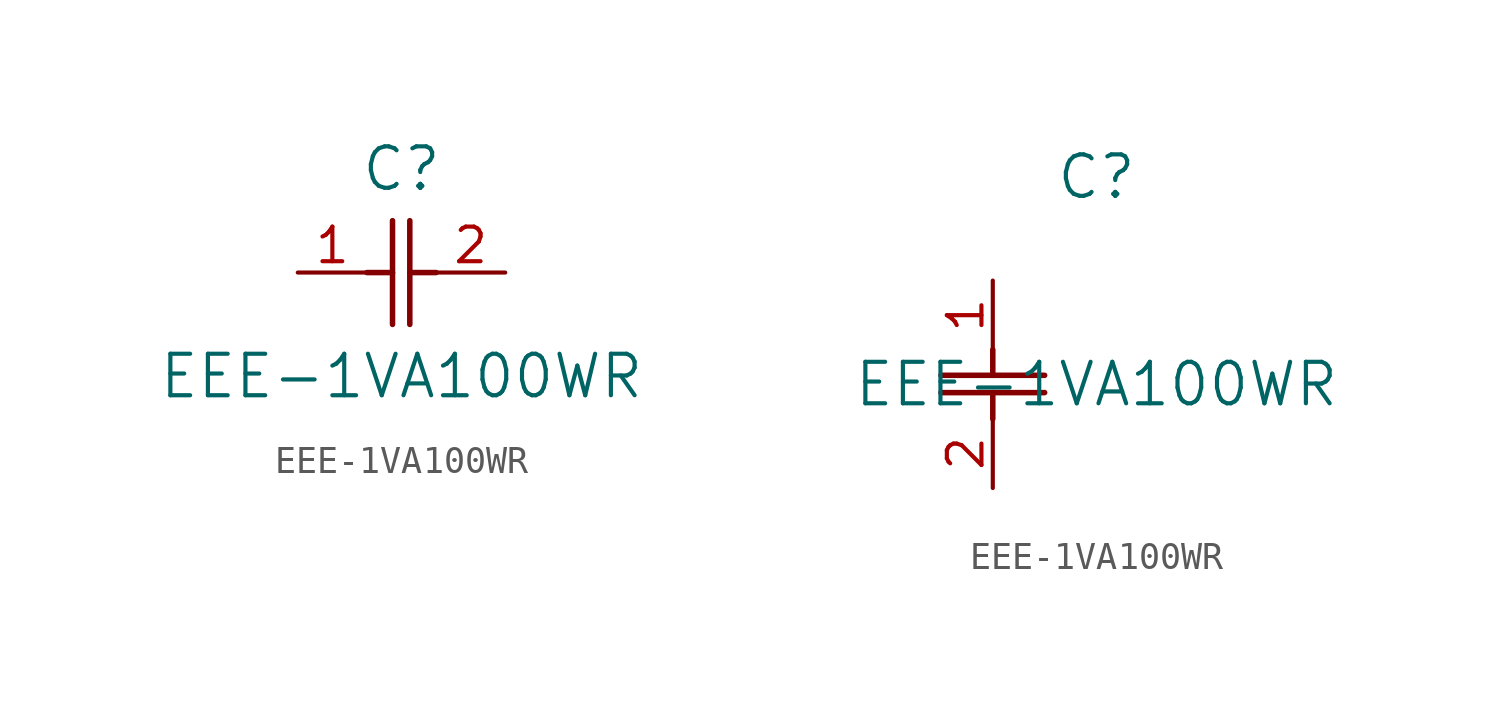
<source format=kicad_sym>
(kicad_symbol_lib
  (version 20211014)
  (generator kicad_symbol_editor)
  (symbol "EEE-1VA100WR"
    (pin_names
      (offset 0.254))
    (property "Reference" "C"
      (at 3.81 3.81 0)
      (effects (font (size 1.524 1.524))))
    (property "Value" "EEE-1VA100WR"
      (at 3.81 -3.81 0)
      (effects (font (size 1.524 1.524))))
    (symbol "EEE-1VA100WR_1_1"
      (polyline (pts (xy 3.48 -1.905) (xy 3.48 1.905)) (stroke (width 0.203) (type default) (color 0 0 0 0)) (fill (type none)))
      (polyline (pts (xy 4.115 -1.905) (xy 4.115 1.905)) (stroke (width 0.203) (type default) (color 0 0 0 0)) (fill (type none)))
      (polyline (pts (xy 4.115 0) (xy 5.08 0)) (stroke (width 0.203) (type default) (color 0 0 0 0)) (fill (type none)))
      (polyline (pts (xy 2.54 0) (xy 3.48 0)) (stroke (width 0.203) (type default) (color 0 0 0 0)) (fill (type none)))
      (pin unspecified line (at 0 0 0) (length 2.54) (name "" (effects (font (size 1.27 1.27)))) (number "1" (effects (font (size 1.27 1.27)))))
      (pin unspecified line (at 7.62 0 180) (length 2.54) (name "" (effects (font (size 1.27 1.27)))) (number "2" (effects (font (size 1.27 1.27))))))
    (symbol "EEE-1VA100WR_1_2"
      (polyline (pts (xy -1.905 -3.48) (xy 1.905 -3.48)) (stroke (width 0.203) (type default) (color 0 0 0 0)) (fill (type none)))
      (polyline (pts (xy -1.905 -4.115) (xy 1.905 -4.115)) (stroke (width 0.203) (type default) (color 0 0 0 0)) (fill (type none)))
      (polyline (pts (xy 0 -4.115) (xy 0 -5.08)) (stroke (width 0.203) (type default) (color 0 0 0 0)) (fill (type none)))
      (polyline (pts (xy 0 -2.54) (xy 0 -3.48)) (stroke (width 0.203) (type default) (color 0 0 0 0)) (fill (type none)))
      (pin unspecified line (at 0 0 270) (length 2.54) (name "" (effects (font (size 1.27 1.27)))) (number "1" (effects (font (size 1.27 1.27)))))
      (pin unspecified line (at 0 -7.62 90) (length 2.54) (name "" (effects (font (size 1.27 1.27)))) (number "2" (effects (font (size 1.27 1.27))))))))
</source>
